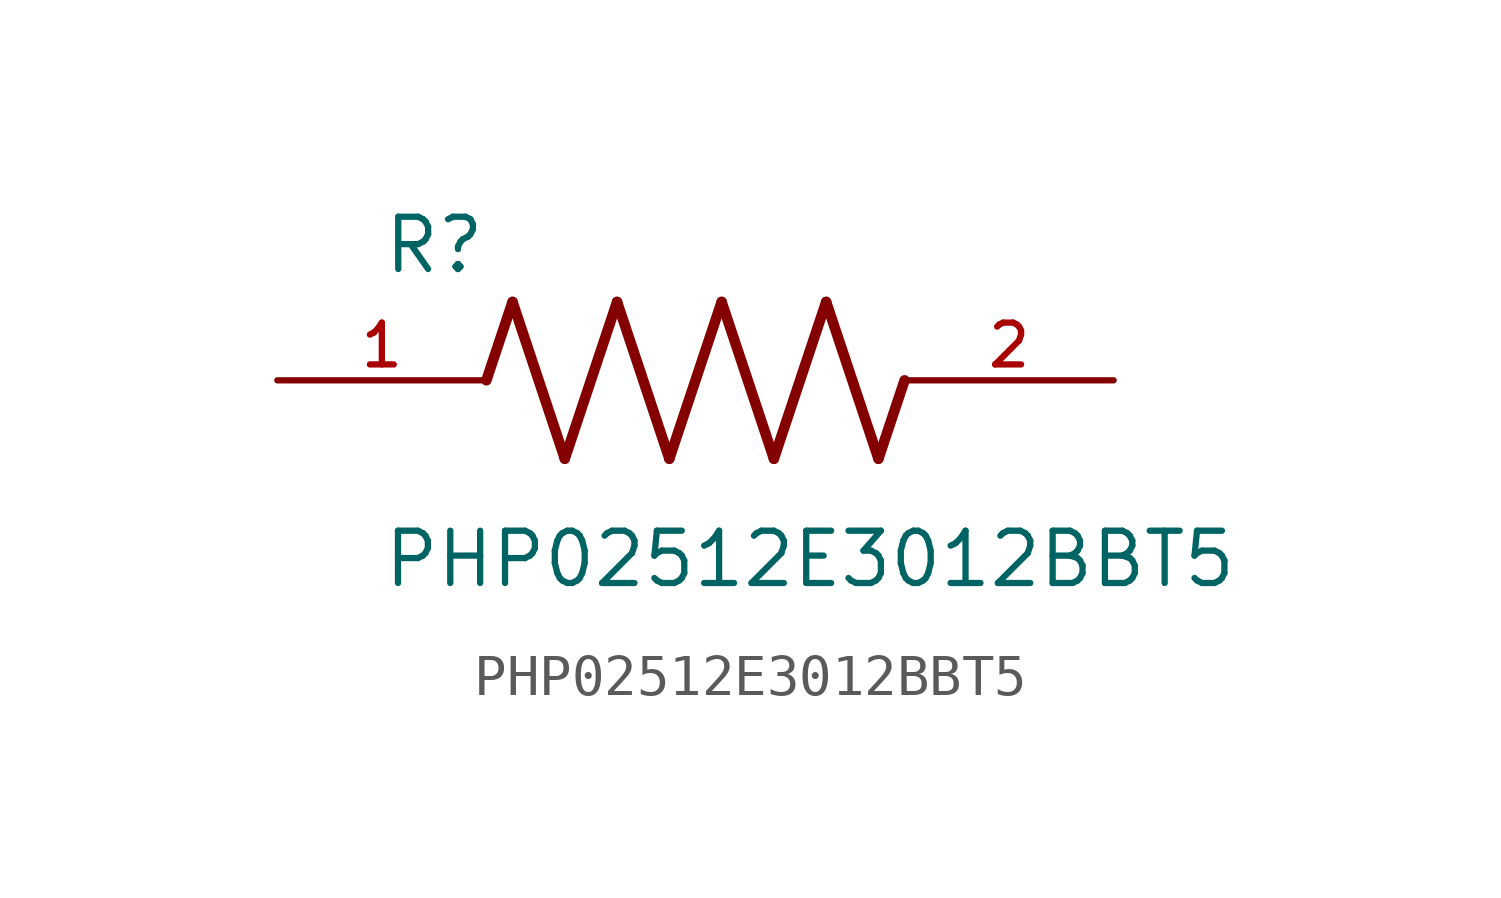
<source format=kicad_sym>
(kicad_symbol_lib
  (version 20211014)
  (generator kicad_symbol_editor)
  (symbol "PHP02512E3012BBT5"
    (pin_names
      (offset 1.016))
    (property "Reference" "R"
      (at -7.624 2.541 0)
      (effects (font (size 1.27 1.27)) (justify bottom left)))
    (property "Value" "PHP02512E3012BBT5"
      (at -7.63 -5.087 0)
      (effects (font (size 1.27 1.27)) (justify bottom left)))
    (symbol "PHP02512E3012BBT5_0_0"
      (polyline (pts (xy -5.08 0.0) (xy -4.445 1.905)) (stroke (width 0.254)))
      (polyline (pts (xy -4.445 1.905) (xy -3.175 -1.905)) (stroke (width 0.254)))
      (polyline (pts (xy -3.175 -1.905) (xy -1.905 1.905)) (stroke (width 0.254)))
      (polyline (pts (xy -1.905 1.905) (xy -0.635 -1.905)) (stroke (width 0.254)))
      (polyline (pts (xy -0.635 -1.905) (xy 0.635 1.905)) (stroke (width 0.254)))
      (polyline (pts (xy 0.635 1.905) (xy 1.905 -1.905)) (stroke (width 0.254)))
      (polyline (pts (xy 1.905 -1.905) (xy 3.175 1.905)) (stroke (width 0.254)))
      (polyline (pts (xy 3.175 1.905) (xy 4.445 -1.905)) (stroke (width 0.254)))
      (polyline (pts (xy 4.445 -1.905) (xy 5.08 0.0)) (stroke (width 0.254)))
      (pin passive line (at -10.16 0.0 0) (length 5.08) (name "~" (effects (font (size 1.016 1.016)))) (number "1" (effects (font (size 1.016 1.016)))))
      (pin passive line (at 10.16 0.0 180.0) (length 5.08) (name "~" (effects (font (size 1.016 1.016)))) (number "2" (effects (font (size 1.016 1.016))))))))
</source>
